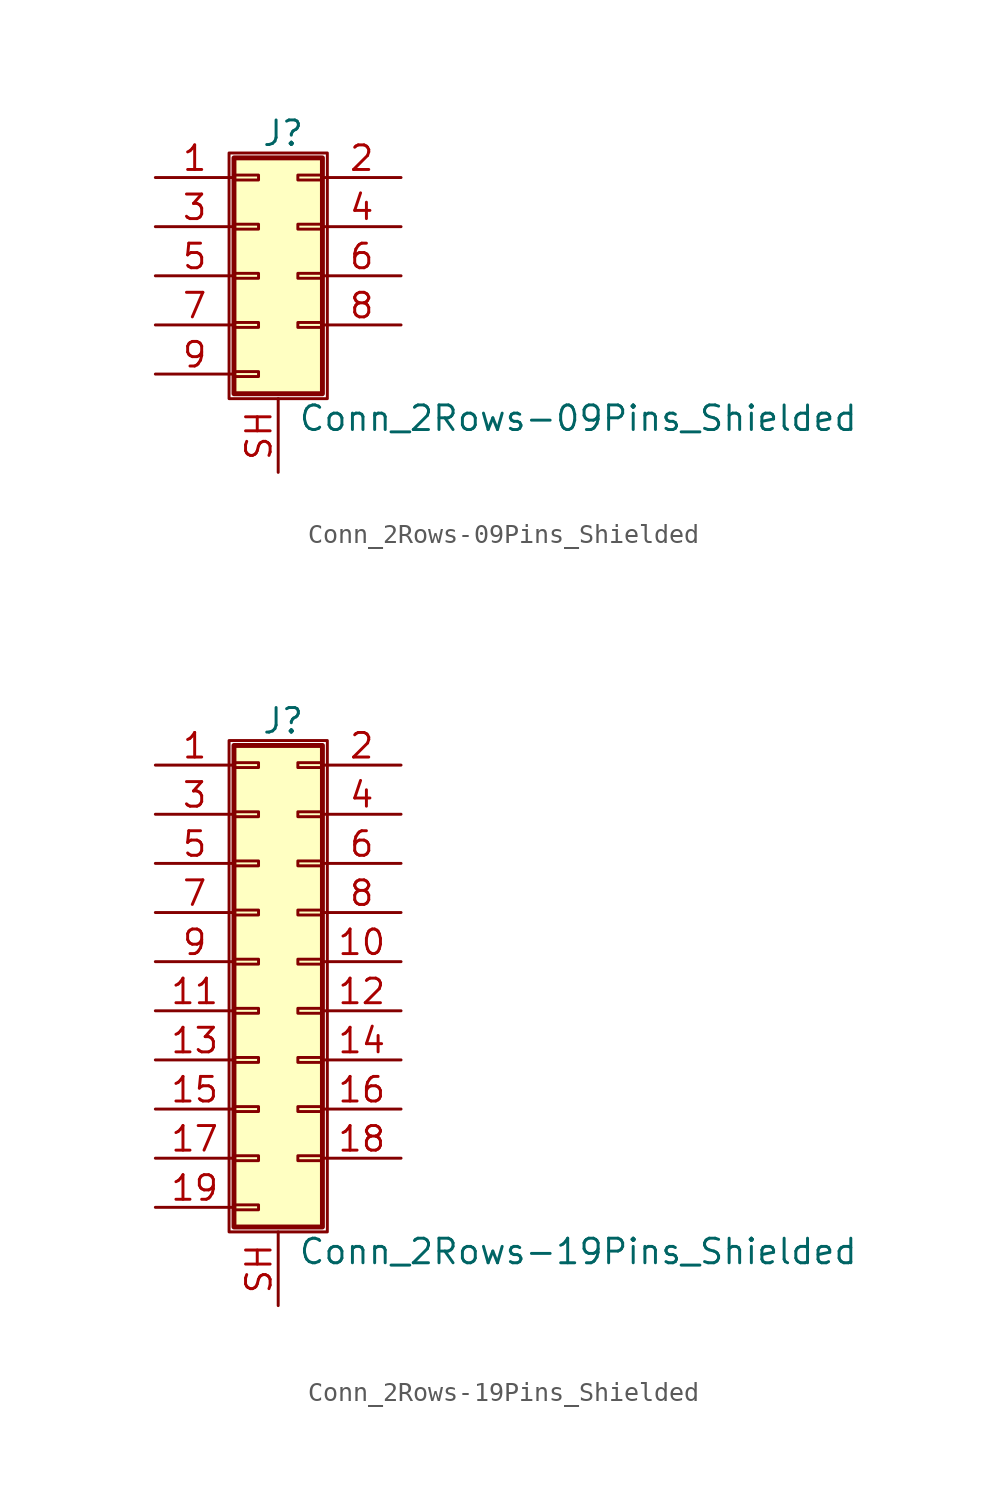
<source format=kicad_sym>
(kicad_symbol_lib
  (version 20211014)
  (generator kicad_symbol_editor)
  (symbol "Conn_2Rows-09Pins_Shielded"
    (pin_names
      (offset 1.016) hide)
    (property "Reference" "J"
      (at 1.524 7.366 0)
      (effects (font (size 1.27 1.27))))
    (property "Value" "Conn_2Rows-09Pins_Shielded"
      (at 2.286 -7.366 0)
      (effects (font (size 1.27 1.27)) (justify left)))
    (symbol "Conn_2Rows-09Pins_Shielded_1_1"
      (rectangle (start -1.27 6.35) (end 3.81 -6.35) (stroke (width 0.152) (type default) (color 0 0 0 0)) (fill (type none)))
      (rectangle (start -1.016 -4.953) (end 0.254 -5.207) (stroke (width 0.152) (type default) (color 0 0 0 0)) (fill (type none)))
      (rectangle (start -1.016 -2.413) (end 0.254 -2.667) (stroke (width 0.152) (type default) (color 0 0 0 0)) (fill (type none)))
      (rectangle (start -1.016 0.127) (end 0.254 -0.127) (stroke (width 0.152) (type default) (color 0 0 0 0)) (fill (type none)))
      (rectangle (start -1.016 2.667) (end 0.254 2.413) (stroke (width 0.152) (type default) (color 0 0 0 0)) (fill (type none)))
      (rectangle (start -1.016 5.207) (end 0.254 4.953) (stroke (width 0.152) (type default) (color 0 0 0 0)) (fill (type none)))
      (rectangle (start -1.016 6.096) (end 3.556 -6.096) (stroke (width 0.254) (type default) (color 0 0 0 0)) (fill (type background)))
      (rectangle (start 3.556 -2.413) (end 2.286 -2.667) (stroke (width 0.152) (type default) (color 0 0 0 0)) (fill (type none)))
      (rectangle (start 3.556 0.127) (end 2.286 -0.127) (stroke (width 0.152) (type default) (color 0 0 0 0)) (fill (type none)))
      (rectangle (start 3.556 2.667) (end 2.286 2.413) (stroke (width 0.152) (type default) (color 0 0 0 0)) (fill (type none)))
      (rectangle (start 3.556 5.207) (end 2.286 4.953) (stroke (width 0.152) (type default) (color 0 0 0 0)) (fill (type none)))
      (pin passive line (at -5.08 5.08 0) (length 4.064) (name "Pin_1" (effects (font (size 1.27 1.27)))) (number "1" (effects (font (size 1.27 1.27)))))
      (pin passive line (at 7.62 5.08 180) (length 4.064) (name "Pin_2" (effects (font (size 1.27 1.27)))) (number "2" (effects (font (size 1.27 1.27)))))
      (pin passive line (at -5.08 2.54 0) (length 4.064) (name "Pin_3" (effects (font (size 1.27 1.27)))) (number "3" (effects (font (size 1.27 1.27)))))
      (pin passive line (at 7.62 2.54 180) (length 4.064) (name "Pin_4" (effects (font (size 1.27 1.27)))) (number "4" (effects (font (size 1.27 1.27)))))
      (pin passive line (at -5.08 0 0) (length 4.064) (name "Pin_5" (effects (font (size 1.27 1.27)))) (number "5" (effects (font (size 1.27 1.27)))))
      (pin passive line (at 7.62 0 180) (length 4.064) (name "Pin_6" (effects (font (size 1.27 1.27)))) (number "6" (effects (font (size 1.27 1.27)))))
      (pin passive line (at -5.08 -2.54 0) (length 4.064) (name "Pin_7" (effects (font (size 1.27 1.27)))) (number "7" (effects (font (size 1.27 1.27)))))
      (pin passive line (at 7.62 -2.54 180) (length 4.064) (name "Pin_8" (effects (font (size 1.27 1.27)))) (number "8" (effects (font (size 1.27 1.27)))))
      (pin passive line (at -5.08 -5.08 0) (length 4.064) (name "Pin_9" (effects (font (size 1.27 1.27)))) (number "9" (effects (font (size 1.27 1.27)))))
      (pin passive line (at 1.27 -10.16 90) (length 3.81) (name "Shield" (effects (font (size 1.27 1.27)))) (number "SH" (effects (font (size 1.27 1.27)))))))
  (symbol "Conn_2Rows-19Pins_Shielded"
    (pin_names
      (offset 1.016) hide)
    (property "Reference" "J"
      (at 1.524 12.446 0)
      (effects (font (size 1.27 1.27))))
    (property "Value" "Conn_2Rows-19Pins_Shielded"
      (at 2.286 -14.986 0)
      (effects (font (size 1.27 1.27)) (justify left)))
    (symbol "Conn_2Rows-19Pins_Shielded_1_1"
      (rectangle (start -1.27 11.43) (end 3.81 -13.97) (stroke (width 0.152) (type default) (color 0 0 0 0)) (fill (type none)))
      (rectangle (start -1.016 -12.573) (end 0.254 -12.827) (stroke (width 0.152) (type default) (color 0 0 0 0)) (fill (type none)))
      (rectangle (start -1.016 -10.033) (end 0.254 -10.287) (stroke (width 0.152) (type default) (color 0 0 0 0)) (fill (type none)))
      (rectangle (start -1.016 -7.493) (end 0.254 -7.747) (stroke (width 0.152) (type default) (color 0 0 0 0)) (fill (type none)))
      (rectangle (start -1.016 -4.953) (end 0.254 -5.207) (stroke (width 0.152) (type default) (color 0 0 0 0)) (fill (type none)))
      (rectangle (start -1.016 -2.413) (end 0.254 -2.667) (stroke (width 0.152) (type default) (color 0 0 0 0)) (fill (type none)))
      (rectangle (start -1.016 0.127) (end 0.254 -0.127) (stroke (width 0.152) (type default) (color 0 0 0 0)) (fill (type none)))
      (rectangle (start -1.016 2.667) (end 0.254 2.413) (stroke (width 0.152) (type default) (color 0 0 0 0)) (fill (type none)))
      (rectangle (start -1.016 5.207) (end 0.254 4.953) (stroke (width 0.152) (type default) (color 0 0 0 0)) (fill (type none)))
      (rectangle (start -1.016 7.747) (end 0.254 7.493) (stroke (width 0.152) (type default) (color 0 0 0 0)) (fill (type none)))
      (rectangle (start -1.016 10.287) (end 0.254 10.033) (stroke (width 0.152) (type default) (color 0 0 0 0)) (fill (type none)))
      (rectangle (start -1.016 11.176) (end 3.556 -13.716) (stroke (width 0.254) (type default) (color 0 0 0 0)) (fill (type background)))
      (rectangle (start 3.556 -10.033) (end 2.286 -10.287) (stroke (width 0.152) (type default) (color 0 0 0 0)) (fill (type none)))
      (rectangle (start 3.556 -7.493) (end 2.286 -7.747) (stroke (width 0.152) (type default) (color 0 0 0 0)) (fill (type none)))
      (rectangle (start 3.556 -4.953) (end 2.286 -5.207) (stroke (width 0.152) (type default) (color 0 0 0 0)) (fill (type none)))
      (rectangle (start 3.556 -2.413) (end 2.286 -2.667) (stroke (width 0.152) (type default) (color 0 0 0 0)) (fill (type none)))
      (rectangle (start 3.556 0.127) (end 2.286 -0.127) (stroke (width 0.152) (type default) (color 0 0 0 0)) (fill (type none)))
      (rectangle (start 3.556 2.667) (end 2.286 2.413) (stroke (width 0.152) (type default) (color 0 0 0 0)) (fill (type none)))
      (rectangle (start 3.556 5.207) (end 2.286 4.953) (stroke (width 0.152) (type default) (color 0 0 0 0)) (fill (type none)))
      (rectangle (start 3.556 7.747) (end 2.286 7.493) (stroke (width 0.152) (type default) (color 0 0 0 0)) (fill (type none)))
      (rectangle (start 3.556 10.287) (end 2.286 10.033) (stroke (width 0.152) (type default) (color 0 0 0 0)) (fill (type none)))
      (pin passive line (at -5.08 10.16 0) (length 4.064) (name "Pin_1" (effects (font (size 1.27 1.27)))) (number "1" (effects (font (size 1.27 1.27)))))
      (pin passive line (at 7.62 0 180) (length 4.064) (name "Pin_10" (effects (font (size 1.27 1.27)))) (number "10" (effects (font (size 1.27 1.27)))))
      (pin passive line (at -5.08 -2.54 0) (length 4.064) (name "Pin_11" (effects (font (size 1.27 1.27)))) (number "11" (effects (font (size 1.27 1.27)))))
      (pin passive line (at 7.62 -2.54 180) (length 4.064) (name "Pin_12" (effects (font (size 1.27 1.27)))) (number "12" (effects (font (size 1.27 1.27)))))
      (pin passive line (at -5.08 -5.08 0) (length 4.064) (name "Pin_13" (effects (font (size 1.27 1.27)))) (number "13" (effects (font (size 1.27 1.27)))))
      (pin passive line (at 7.62 -5.08 180) (length 4.064) (name "Pin_14" (effects (font (size 1.27 1.27)))) (number "14" (effects (font (size 1.27 1.27)))))
      (pin passive line (at -5.08 -7.62 0) (length 4.064) (name "Pin_15" (effects (font (size 1.27 1.27)))) (number "15" (effects (font (size 1.27 1.27)))))
      (pin passive line (at 7.62 -7.62 180) (length 4.064) (name "Pin_16" (effects (font (size 1.27 1.27)))) (number "16" (effects (font (size 1.27 1.27)))))
      (pin passive line (at -5.08 -10.16 0) (length 4.064) (name "Pin_17" (effects (font (size 1.27 1.27)))) (number "17" (effects (font (size 1.27 1.27)))))
      (pin passive line (at 7.62 -10.16 180) (length 4.064) (name "Pin_18" (effects (font (size 1.27 1.27)))) (number "18" (effects (font (size 1.27 1.27)))))
      (pin passive line (at -5.08 -12.7 0) (length 4.064) (name "Pin_19" (effects (font (size 1.27 1.27)))) (number "19" (effects (font (size 1.27 1.27)))))
      (pin passive line (at 7.62 10.16 180) (length 4.064) (name "Pin_2" (effects (font (size 1.27 1.27)))) (number "2" (effects (font (size 1.27 1.27)))))
      (pin passive line (at -5.08 7.62 0) (length 4.064) (name "Pin_3" (effects (font (size 1.27 1.27)))) (number "3" (effects (font (size 1.27 1.27)))))
      (pin passive line (at 7.62 7.62 180) (length 4.064) (name "Pin_4" (effects (font (size 1.27 1.27)))) (number "4" (effects (font (size 1.27 1.27)))))
      (pin passive line (at -5.08 5.08 0) (length 4.064) (name "Pin_5" (effects (font (size 1.27 1.27)))) (number "5" (effects (font (size 1.27 1.27)))))
      (pin passive line (at 7.62 5.08 180) (length 4.064) (name "Pin_6" (effects (font (size 1.27 1.27)))) (number "6" (effects (font (size 1.27 1.27)))))
      (pin passive line (at -5.08 2.54 0) (length 4.064) (name "Pin_7" (effects (font (size 1.27 1.27)))) (number "7" (effects (font (size 1.27 1.27)))))
      (pin passive line (at 7.62 2.54 180) (length 4.064) (name "Pin_8" (effects (font (size 1.27 1.27)))) (number "8" (effects (font (size 1.27 1.27)))))
      (pin passive line (at -5.08 0 0) (length 4.064) (name "Pin_9" (effects (font (size 1.27 1.27)))) (number "9" (effects (font (size 1.27 1.27)))))
      (pin passive line (at 1.27 -17.78 90) (length 3.81) (name "Shield" (effects (font (size 1.27 1.27)))) (number "SH" (effects (font (size 1.27 1.27))))))))
</source>
